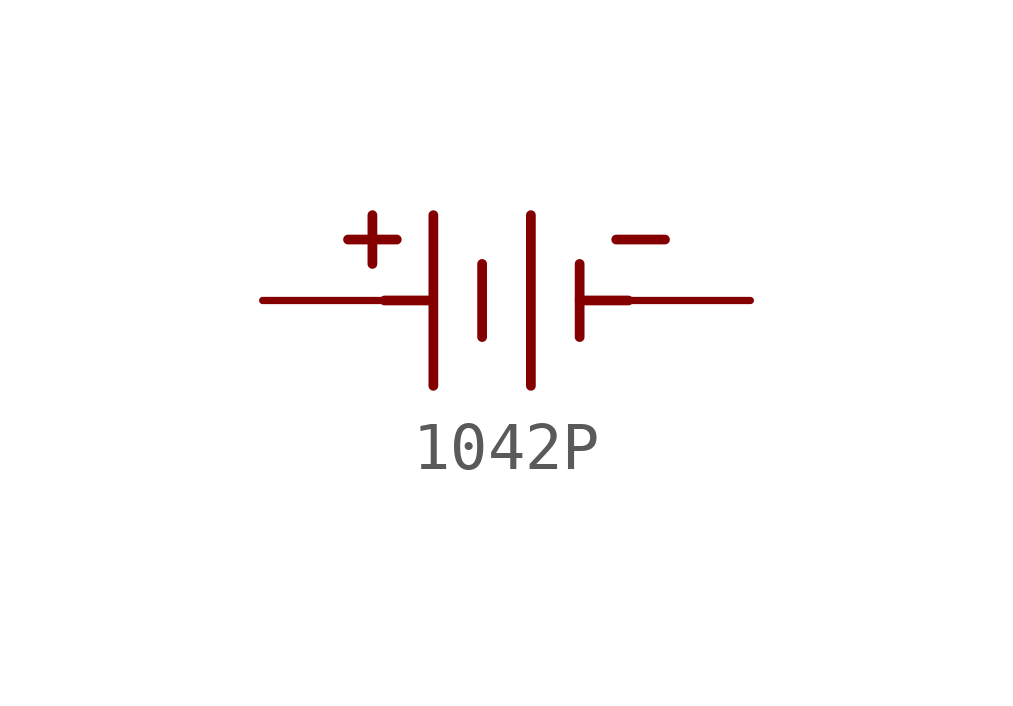
<source format=kicad_sym>
(kicad_symbol_lib
  (version 20231120)
  (generator "kicad_symbol_editor")
  (generator_version "8.0")
  (symbol "1042P"
    (property "Reference" "B"
      (at -3.073 2.083 0)
      (effects (font (size 3.48 2.958)) (justify left bottom) (hide yes)))
    (property "ki_locked" ""
      (at 0 0 0)
      (effects (font (size 1.27 1.27))))
    (symbol "1042P_1_0"
      (polyline (pts (xy 1.778 1.27) (xy 2.794 1.27)) (stroke (width 0.203) (type solid)) (fill (type none)))
      (polyline (pts (xy 2.286 0.762) (xy 2.286 1.778)) (stroke (width 0.203) (type solid)) (fill (type none)))
      (polyline (pts (xy 2.54 0) (xy 3.48 0)) (stroke (width 0.203) (type solid)) (fill (type none)))
      (polyline (pts (xy 3.556 -1.778) (xy 3.556 1.778)) (stroke (width 0.203) (type solid)) (fill (type none)))
      (polyline (pts (xy 4.572 0.762) (xy 4.572 -0.762)) (stroke (width 0.203) (type solid)) (fill (type none)))
      (polyline (pts (xy 5.588 -1.778) (xy 5.588 1.778)) (stroke (width 0.203) (type solid)) (fill (type none)))
      (polyline (pts (xy 6.604 0) (xy 7.62 0)) (stroke (width 0.203) (type solid)) (fill (type none)))
      (polyline (pts (xy 6.604 0.762) (xy 6.604 -0.762)) (stroke (width 0.203) (type solid)) (fill (type none)))
      (polyline (pts (xy 7.366 1.27) (xy 8.382 1.27)) (stroke (width 0.203) (type solid)) (fill (type none)))
      (pin passive line (at 10.16 0 180) (length 2.54) (name "1" (effects (font (size 0 0)))) (number "1" (effects (font (size 0 0)))))
      (pin passive line (at 0 0 0) (length 2.54) (name "2" (effects (font (size 0 0)))) (number "2" (effects (font (size 0 0))))))))
</source>
